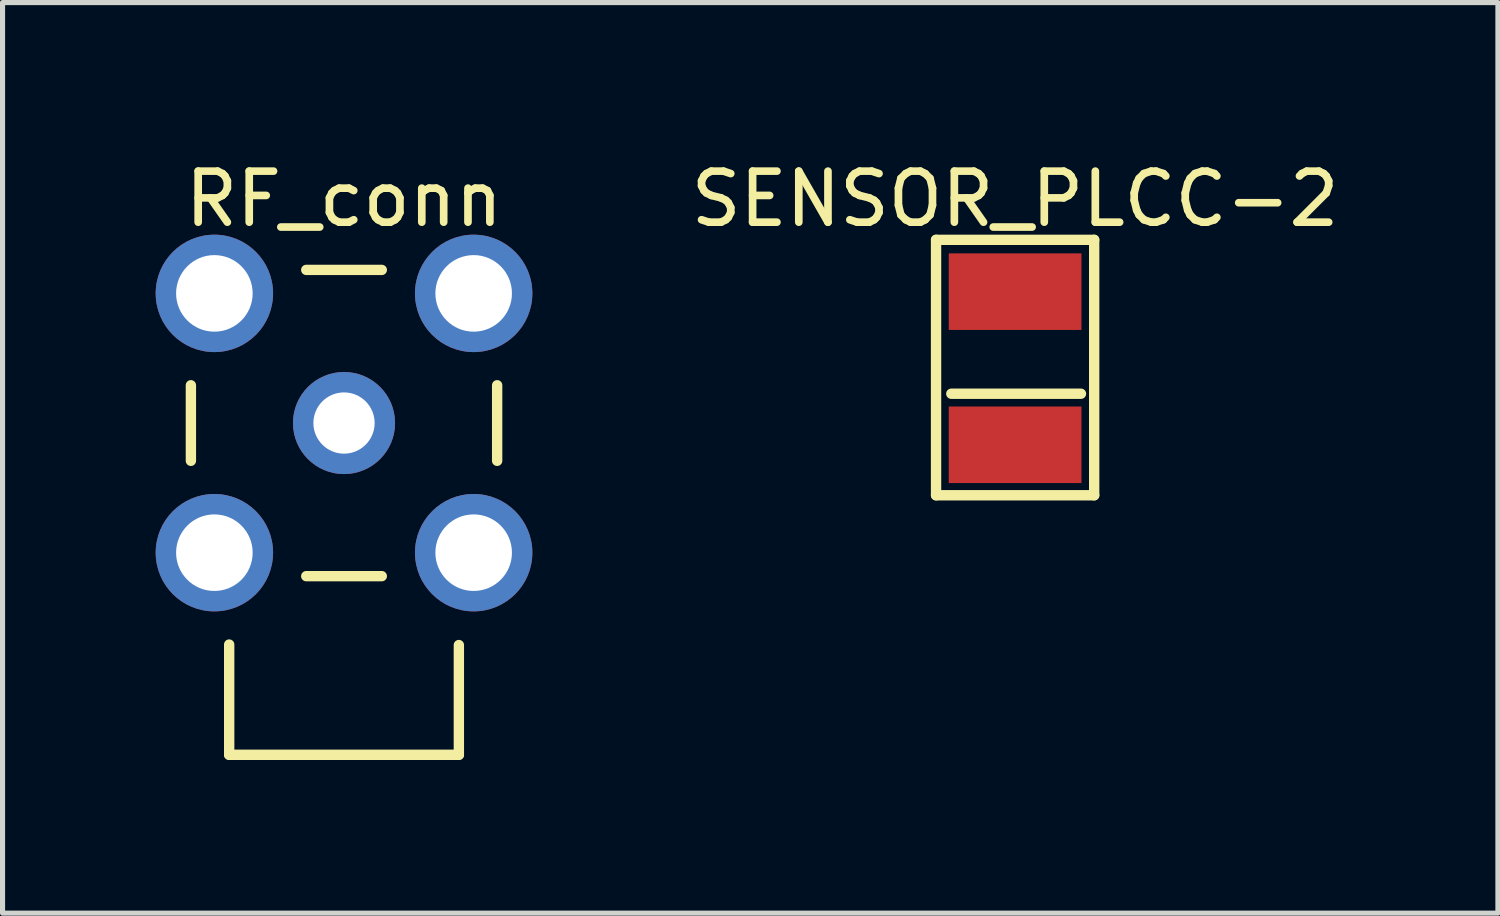
<source format=kicad_pcb>
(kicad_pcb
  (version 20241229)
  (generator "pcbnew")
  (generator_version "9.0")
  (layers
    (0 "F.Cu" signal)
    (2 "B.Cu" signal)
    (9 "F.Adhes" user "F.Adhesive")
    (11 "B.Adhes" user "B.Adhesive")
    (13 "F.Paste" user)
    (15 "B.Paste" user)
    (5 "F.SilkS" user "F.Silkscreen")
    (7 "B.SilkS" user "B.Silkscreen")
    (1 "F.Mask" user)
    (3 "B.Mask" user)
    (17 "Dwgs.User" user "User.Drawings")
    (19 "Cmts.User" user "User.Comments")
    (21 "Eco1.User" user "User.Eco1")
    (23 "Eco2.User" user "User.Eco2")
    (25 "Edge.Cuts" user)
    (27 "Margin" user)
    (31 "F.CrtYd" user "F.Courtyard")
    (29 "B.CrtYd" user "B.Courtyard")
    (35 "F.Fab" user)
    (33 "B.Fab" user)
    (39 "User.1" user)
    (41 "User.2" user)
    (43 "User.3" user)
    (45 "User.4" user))
  (footprint "SENSOR_PLCC-2"
    (layer "F.Cu")
    (at 16.838 4.164)
    (property "Reference" "SENSOR_PLCC-2" (at 0 -3.316 0) (layer "F.SilkS") (effects (font (size 1 1) (thickness 0.15))))
    (fp_line (start -1.549 -2.515) (end 1.549 -2.515) (stroke (width 0.203) (type solid)) (layer "F.SilkS"))
    (fp_line (start -1.549 2.489) (end -1.549 -2.515) (stroke (width 0.203) (type solid)) (layer "F.SilkS"))
    (fp_line (start -1.549 2.489) (end 1.549 2.489) (stroke (width 0.203) (type solid)) (layer "F.SilkS"))
    (fp_line (start -1.25 0.5) (end 1.29 0.5) (stroke (width 0.203) (type solid)) (layer "F.SilkS"))
    (fp_line (start 1.549 2.489) (end 1.549 -2.515) (stroke (width 0.203) (type solid)) (layer "F.SilkS"))
    (pad "C" smd rect (at 0 1.5) (size 2.6 1.5) (layers "F.Cu" "F.Mask" "F.Paste"))
    (pad "E" smd rect (at 0 -1.5) (size 2.6 1.5) (layers "F.Cu" "F.Mask" "F.Paste")))
  (footprint "RF_conn"
    (layer "F.Cu")
    (at 3.69 5.238)
    (property "Reference" "RF_conn" (at 0 -4.39 0) (layer "F.SilkS") (effects (font (size 1 1) (thickness 0.15))))
    (fp_line (start -3 0.74) (end -3 -0.74) (stroke (width 0.203) (type solid)) (layer "F.SilkS"))
    (fp_line (start -2.25 6.5) (end -2.25 4.34) (stroke (width 0.203) (type solid)) (layer "F.SilkS"))
    (fp_line (start -2.25 6.5) (end 2.25 6.5) (stroke (width 0.203) (type solid)) (layer "F.SilkS"))
    (fp_line (start -0.74 -3) (end 0.74 -3) (stroke (width 0.203) (type solid)) (layer "F.SilkS"))
    (fp_line (start -0.74 3) (end 0.74 3) (stroke (width 0.203) (type solid)) (layer "F.SilkS"))
    (fp_line (start 2.25 6.5) (end 2.25 4.35) (stroke (width 0.203) (type solid)) (layer "F.SilkS"))
    (fp_line (start 3 0.74) (end 3 -0.74) (stroke (width 0.203) (type solid)) (layer "F.SilkS"))
    (pad "1" thru_hole circle (at 0 0 90) (size 2 2) (drill 1.2) (layers "*.Cu" "*.Mask"))
    (pad "2" thru_hole circle (at 2.54 2.54 90) (size 2.3 2.3) (drill 1.5) (layers "*.Cu" "*.Mask"))
    (pad "3" thru_hole circle (at 2.54 -2.54 90) (size 2.3 2.3) (drill 1.5) (layers "*.Cu" "*.Mask"))
    (pad "4" thru_hole circle (at -2.54 -2.54 90) (size 2.3 2.3) (drill 1.5) (layers "*.Cu" "*.Mask"))
    (pad "5" thru_hole circle (at -2.54 2.54 90) (size 2.3 2.3) (drill 1.5) (layers "*.Cu" "*.Mask")))
  (gr_rect
    (start -3 -3)
    (end 26.297 14.84)
    (stroke (width 0.1) (type default))
    (fill no)
    (layer "Edge.Cuts")))
</source>
